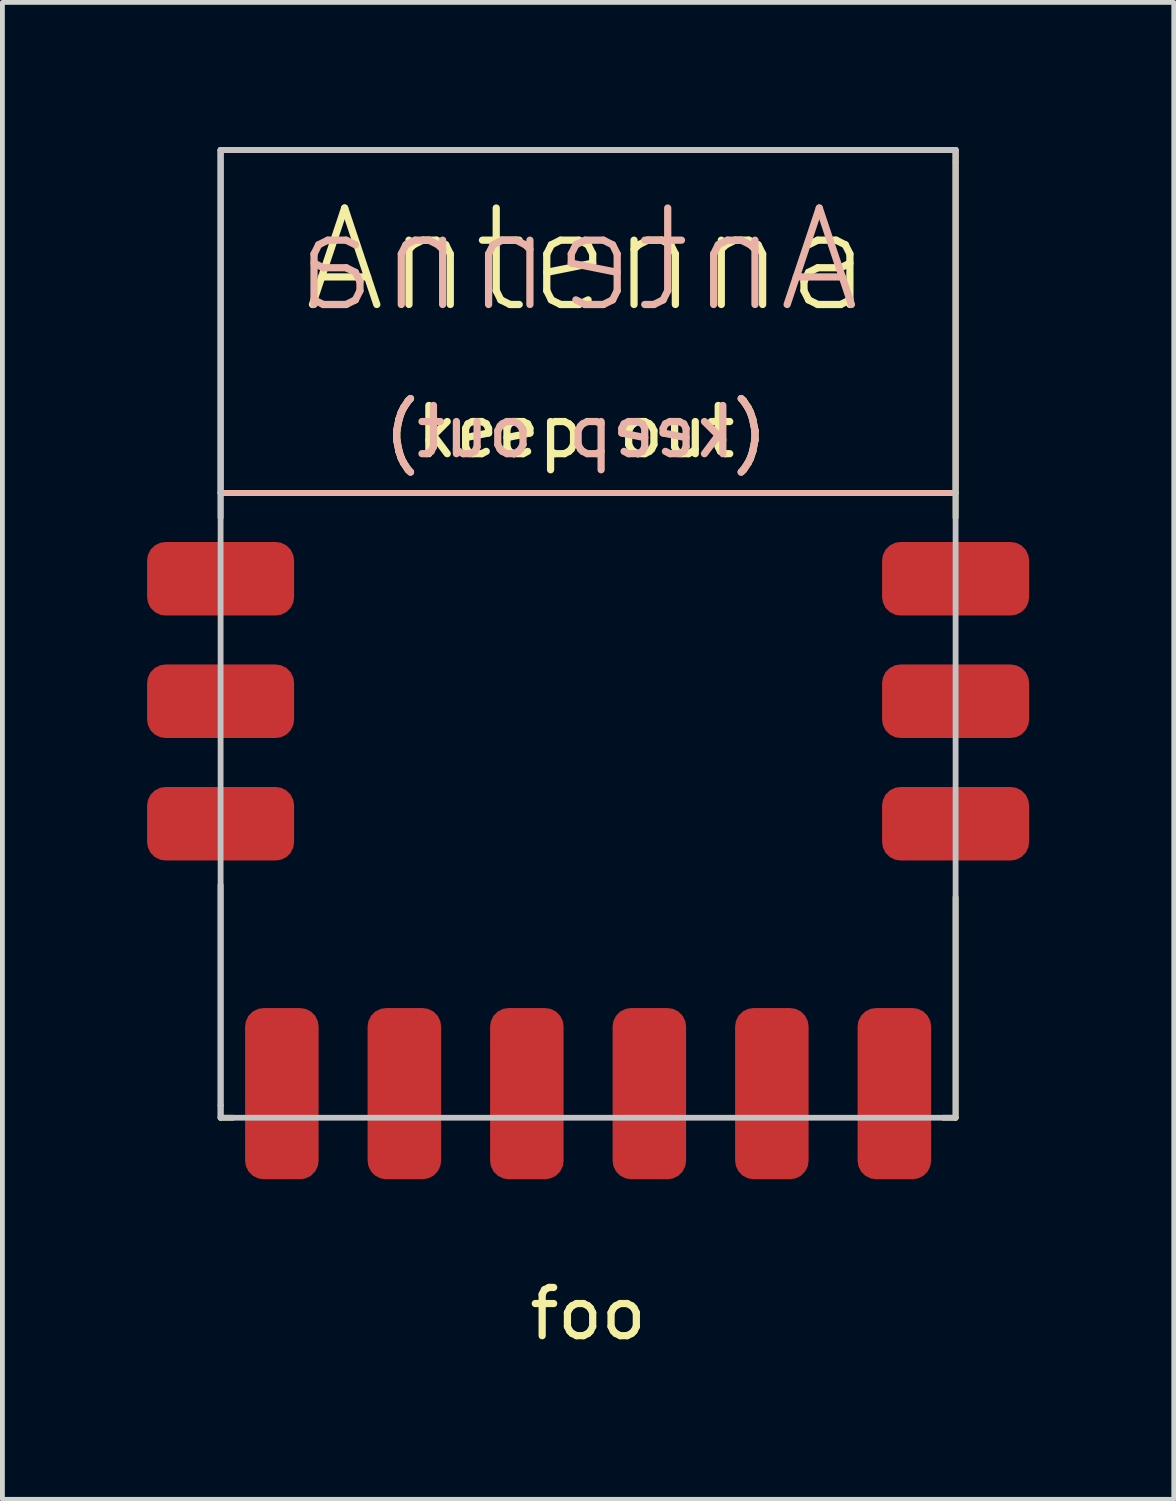
<source format=kicad_pcb>
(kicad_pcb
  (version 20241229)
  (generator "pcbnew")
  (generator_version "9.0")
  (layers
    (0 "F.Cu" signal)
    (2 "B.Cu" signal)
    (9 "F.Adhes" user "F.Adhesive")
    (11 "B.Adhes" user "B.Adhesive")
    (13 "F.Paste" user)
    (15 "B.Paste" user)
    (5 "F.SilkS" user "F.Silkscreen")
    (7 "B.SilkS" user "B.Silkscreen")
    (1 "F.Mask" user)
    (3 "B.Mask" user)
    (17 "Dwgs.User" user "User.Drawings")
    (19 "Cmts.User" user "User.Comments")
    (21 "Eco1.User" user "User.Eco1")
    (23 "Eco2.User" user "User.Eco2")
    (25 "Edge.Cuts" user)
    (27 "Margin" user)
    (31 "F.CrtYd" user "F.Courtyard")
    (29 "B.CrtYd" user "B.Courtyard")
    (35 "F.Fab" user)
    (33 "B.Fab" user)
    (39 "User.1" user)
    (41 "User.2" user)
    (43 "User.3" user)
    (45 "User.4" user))
  (footprint "foo"
    (layer "F.Cu")
    (at 9.144 10.22)
    (property "Reference" "foo" (at 0 13.97 0) (layer "F.SilkS") (effects (font (size 1 1) (thickness 0.15))))
    (attr through_hole)
    (fp_line (start -7.62 -10.16) (end -7.62 -3.048) (stroke (width 0.12) (type solid)) (layer "F.SilkS"))
    (fp_line (start -7.62 -3.048) (end 7.62 -3.048) (stroke (width 0.12) (type solid)) (layer "F.SilkS"))
    (fp_line (start -7.62 -2.54) (end -7.62 -3.048) (stroke (width 0.12) (type solid)) (layer "F.SilkS"))
    (fp_line (start -7.62 5.08) (end -7.62 9.652) (stroke (width 0.12) (type solid)) (layer "F.SilkS"))
    (fp_line (start -7.62 9.906) (end -7.62 9.652) (stroke (width 0.12) (type solid)) (layer "F.SilkS"))
    (fp_line (start -7.366 9.906) (end -7.62 9.906) (stroke (width 0.12) (type solid)) (layer "F.SilkS"))
    (fp_line (start 7.366 9.906) (end 7.62 9.906) (stroke (width 0.12) (type solid)) (layer "F.SilkS"))
    (fp_line (start 7.62 -10.16) (end -7.62 -10.16) (stroke (width 0.12) (type solid)) (layer "F.SilkS"))
    (fp_line (start 7.62 -3.048) (end 7.62 -10.16) (stroke (width 0.12) (type solid)) (layer "F.SilkS"))
    (fp_line (start 7.62 -2.54) (end 7.62 -3.048) (stroke (width 0.12) (type solid)) (layer "F.SilkS"))
    (fp_line (start 7.62 9.906) (end 7.62 5.334) (stroke (width 0.12) (type solid)) (layer "F.SilkS"))
    (fp_line (start -7.62 -10.16) (end -7.62 -3.048) (stroke (width 0.12) (type solid)) (layer "B.SilkS"))
    (fp_line (start -7.62 -3.048) (end 7.62 -3.048) (stroke (width 0.12) (type solid)) (layer "B.SilkS"))
    (fp_line (start 7.62 -10.16) (end -7.62 -10.16) (stroke (width 0.12) (type solid)) (layer "B.SilkS"))
    (fp_line (start 7.62 -9.906) (end 7.62 -10.16) (stroke (width 0.12) (type solid)) (layer "B.SilkS"))
    (fp_line (start 7.62 -3.048) (end 7.62 -9.906) (stroke (width 0.12) (type solid)) (layer "B.SilkS"))
    (fp_line (start -7.62 -10.16) (end 7.62 -10.16) (stroke (width 0.12) (type solid)) (layer "Dwgs.User"))
    (fp_line (start -7.62 9.906) (end -7.62 -10.16) (stroke (width 0.12) (type solid)) (layer "Dwgs.User"))
    (fp_line (start 7.62 -10.16) (end 7.62 9.906) (stroke (width 0.12) (type solid)) (layer "Dwgs.User"))
    (fp_line (start 7.62 9.906) (end -7.62 9.906) (stroke (width 0.12) (type solid)) (layer "Dwgs.User"))
    (fp_text user "Antenna" (at 0 -7.874 0) (layer "F.SilkS") (effects (font (size 2 2) (thickness 0.15))))
    (fp_text user "(keep out)" (at -0.254 -4.318 0) (layer "F.SilkS") (effects (font (size 1 1) (thickness 0.15))))
    (fp_text user "(keep out)" (at -0.254 -4.318 0) (layer "B.SilkS") (effects (font (size 1 1) (thickness 0.15)) (justify mirror)))
    (fp_text user "Antenna" (at -0.254 -7.874 0) (layer "B.SilkS") (effects (font (size 2 2) (thickness 0.15)) (justify mirror)))
    (pad "1" smd roundrect (at -7.62 -1.27) (size 3.048 1.524) (layers "F.Cu" "F.Mask" "F.Paste") (roundrect_rratio 0.25))
    (pad "2" smd roundrect (at -7.62 1.27) (size 3.048 1.524) (layers "F.Cu" "F.Mask" "F.Paste") (roundrect_rratio 0.25))
    (pad "3" smd roundrect (at -7.62 3.81) (size 3.048 1.524) (layers "F.Cu" "F.Mask" "F.Paste") (roundrect_rratio 0.25))
    (pad "4" smd roundrect (at -6.35 9.406) (size 1.524 3.548) (layers "F.Cu" "F.Mask" "F.Paste") (roundrect_rratio 0.25))
    (pad "5" smd roundrect (at -3.81 9.406) (size 1.524 3.548) (layers "F.Cu" "F.Mask" "F.Paste") (roundrect_rratio 0.25))
    (pad "6" smd roundrect (at -1.27 9.406) (size 1.524 3.548) (layers "F.Cu" "F.Mask" "F.Paste") (roundrect_rratio 0.25))
    (pad "7" smd roundrect (at 1.27 9.406) (size 1.524 3.548) (layers "F.Cu" "F.Mask" "F.Paste") (roundrect_rratio 0.25))
    (pad "8" smd roundrect (at 3.81 9.406) (size 1.524 3.548) (layers "F.Cu" "F.Mask" "F.Paste") (roundrect_rratio 0.25))
    (pad "9" smd roundrect (at 6.35 9.406) (size 1.524 3.548) (layers "F.Cu" "F.Mask" "F.Paste") (roundrect_rratio 0.25))
    (pad "10" smd roundrect (at 7.62 3.81) (size 3.048 1.524) (layers "F.Cu" "F.Mask" "F.Paste") (roundrect_rratio 0.25))
    (pad "11" smd roundrect (at 7.62 1.27) (size 3.048 1.524) (layers "F.Cu" "F.Mask" "F.Paste") (roundrect_rratio 0.25))
    (pad "12" smd roundrect (at 7.62 -1.27) (size 3.048 1.524) (layers "F.Cu" "F.Mask" "F.Paste") (roundrect_rratio 0.25)))
  (gr_rect
    (start -3 -3)
    (end 21.288 28.038)
    (stroke (width 0.1) (type default))
    (fill no)
    (layer "Edge.Cuts")))
</source>
